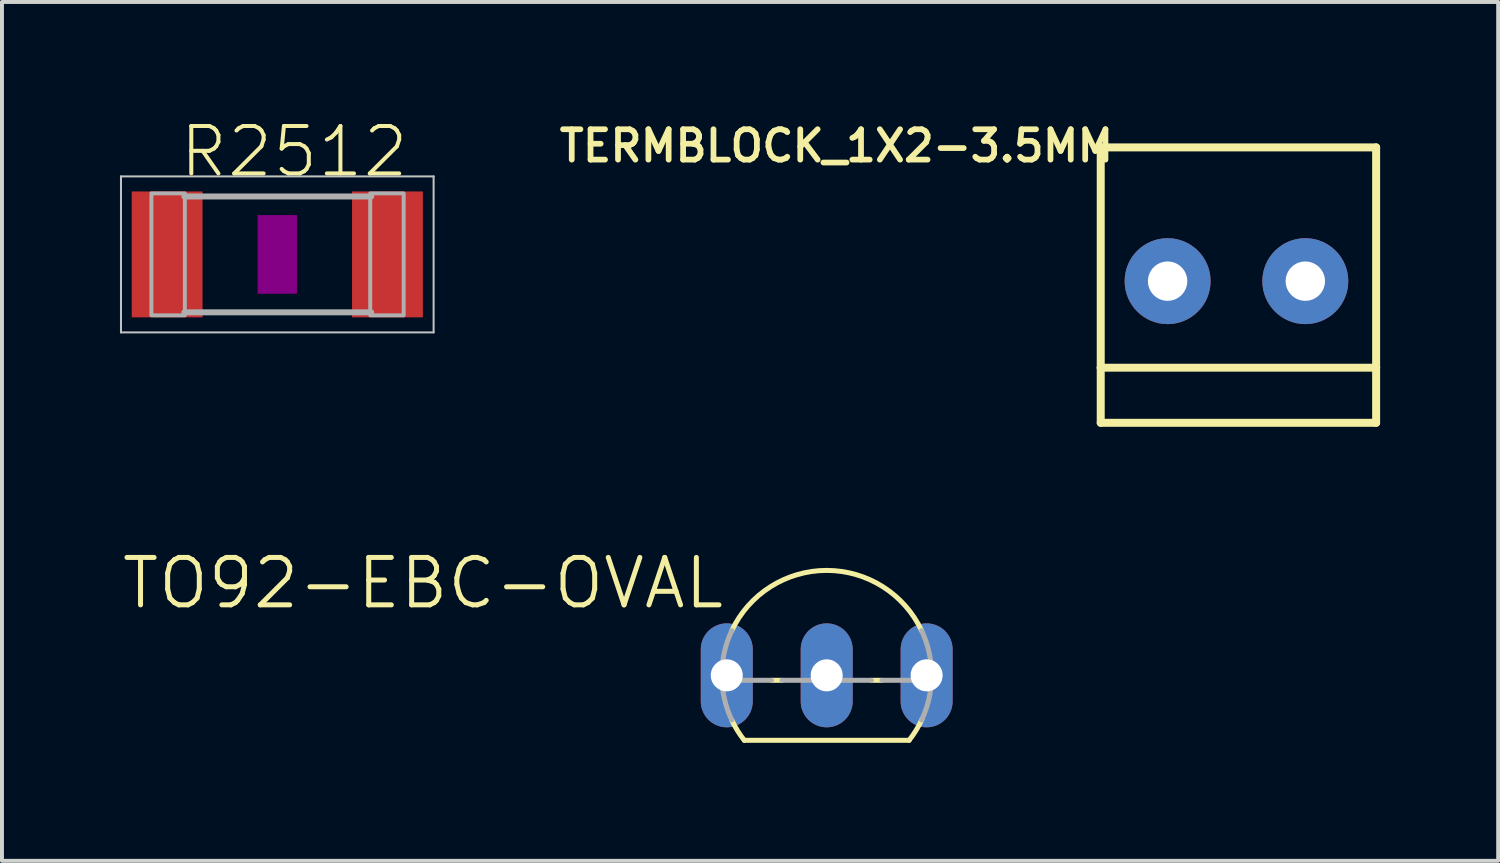
<source format=kicad_pcb>
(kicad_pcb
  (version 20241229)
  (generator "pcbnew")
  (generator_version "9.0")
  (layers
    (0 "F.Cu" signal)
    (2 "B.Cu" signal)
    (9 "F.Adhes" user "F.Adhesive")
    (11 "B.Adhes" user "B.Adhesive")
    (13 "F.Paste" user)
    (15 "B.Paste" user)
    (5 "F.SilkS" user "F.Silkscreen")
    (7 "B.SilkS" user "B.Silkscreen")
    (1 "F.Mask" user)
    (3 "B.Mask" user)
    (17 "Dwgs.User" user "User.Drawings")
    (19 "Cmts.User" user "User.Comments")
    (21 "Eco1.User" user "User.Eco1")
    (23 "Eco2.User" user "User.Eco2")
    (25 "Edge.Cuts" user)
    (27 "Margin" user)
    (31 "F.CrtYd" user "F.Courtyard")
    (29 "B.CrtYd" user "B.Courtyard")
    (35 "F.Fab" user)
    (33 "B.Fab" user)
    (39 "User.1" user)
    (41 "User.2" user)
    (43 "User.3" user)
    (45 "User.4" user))
  (footprint "TO92-EBC-OVAL"
    (layer "F.Cu")
    (at 17.962 12.845)
    (property "Reference" "TO92-EBC-OVAL" (at -2.54 -1.778 0) (layer "F.SilkS") (effects (font (size 1.206 1.206) (thickness 0.127)) (justify right top)))
    (attr through_hole)
    (fp_line (start -2.095 2.921) (end 2.095 2.921) (stroke (width 0.127) (type solid)) (layer "F.SilkS"))
    (fp_line (start -1.136 1.397) (end -1.404 1.397) (stroke (width 0.127) (type solid)) (layer "F.SilkS"))
    (fp_line (start 1.404 1.397) (end 1.136 1.397) (stroke (width 0.127) (type solid)) (layer "F.SilkS"))
    (fp_arc (start -2.413 0.1341) (mid 0 -1.39699) (end 2.413 0.1341) (stroke (width 0.127) (type solid)) (layer "F.SilkS"))
    (fp_arc (start -2.095 2.921) (mid -2.268918 2.67252) (end -2.4135 2.4059) (stroke (width 0.127) (type solid)) (layer "F.SilkS"))
    (fp_arc (start 2.4247 2.3818) (mid 2.275878 2.661201) (end 2.095 2.921) (stroke (width 0.127) (type solid)) (layer "F.SilkS"))
    (fp_line (start -1.404 1.397) (end -2.664 1.397) (stroke (width 0.127) (type solid)) (layer "F.Fab"))
    (fp_line (start 1.136 1.397) (end -1.136 1.397) (stroke (width 0.127) (type solid)) (layer "F.Fab"))
    (fp_line (start 2.664 1.397) (end 1.404 1.397) (stroke (width 0.127) (type solid)) (layer "F.Fab"))
    (fp_arc (start -2.413 2.4059) (mid -2.66699 1.27) (end -2.413 0.1341) (stroke (width 0.127) (type solid)) (layer "F.Fab"))
    (fp_arc (start 2.413 0.1341) (mid 2.66699 1.27) (end 2.413 2.4059) (stroke (width 0.127) (type solid)) (layer "F.Fab"))
    (pad "B" thru_hole oval (at 0 1.27 90) (size 2.642 1.321) (drill 0.813) (layers "*.Cu" "*.Mask"))
    (pad "C" thru_hole oval (at 2.54 1.27 90) (size 2.642 1.321) (drill 0.813) (layers "*.Cu" "*.Mask"))
    (pad "E" thru_hole oval (at -2.54 1.27 90) (size 2.642 1.321) (drill 0.813) (layers "*.Cu" "*.Mask")))
  (footprint "R2512"
    (layer "F.Cu")
    (at 3.998 3.416)
    (property "Reference" "R2512" (at -2.54 -1.905 0) (layer "F.SilkS") (effects (font (size 1.206 1.206) (thickness 0.102)) (justify left bottom)))
    (attr through_hole)
    (fp_poly (pts (xy -0.5 1) (xy 0.5 1) (xy 0.5 -1) (xy -0.5 -1)) (stroke (width 0) (type solid)) (fill yes) (layer "F.Adhes"))
    (fp_line (start -3.973 -1.983) (end 3.973 -1.983) (stroke (width 0.051) (type solid)) (layer "Dwgs.User"))
    (fp_line (start -3.973 1.983) (end -3.973 -1.983) (stroke (width 0.051) (type solid)) (layer "Dwgs.User"))
    (fp_line (start 3.973 -1.983) (end 3.973 1.983) (stroke (width 0.051) (type solid)) (layer "Dwgs.User"))
    (fp_line (start 3.973 1.983) (end -3.973 1.983) (stroke (width 0.051) (type solid)) (layer "Dwgs.User"))
    (fp_line (start -2.362 -1.473) (end 2.387 -1.473) (stroke (width 0.152) (type solid)) (layer "F.Fab"))
    (fp_line (start -2.362 1.473) (end 2.387 1.473) (stroke (width 0.152) (type solid)) (layer "F.Fab"))
    (fp_poly (pts (xy -3.2 1.549) (xy -2.35 1.549) (xy -2.35 -1.551) (xy -3.2 -1.551)) (stroke (width 0.1) (type solid)) (fill no) (layer "F.Fab"))
    (fp_poly (pts (xy 2.362 1.549) (xy 3.212 1.549) (xy 3.212 -1.551) (xy 2.362 -1.551)) (stroke (width 0.1) (type solid)) (fill no) (layer "F.Fab"))
    (pad "1" smd rect (at -2.8 0) (size 1.8 3.2) (layers "F.Cu" "F.Mask" "F.Paste"))
    (pad "2" smd rect (at 2.8 0) (size 1.8 3.2) (layers "F.Cu" "F.Mask" "F.Paste")))
  (footprint "TERMBLOCK_1X2-3.5MM"
    (layer "F.Cu")
    (at 28.327 4.096)
    (property "Reference" "TERMBLOCK_1X2-3.5MM" (at -3 -3.89 0) (layer "F.SilkS") (effects (font (size 0.772 0.772) (thickness 0.146)) (justify right top)))
    (attr through_hole)
    (fp_line (start -3.4 -3.4) (end -3.4 2.2) (stroke (width 0.203) (type solid)) (layer "F.SilkS"))
    (fp_line (start -3.4 2.2) (end -3.4 3.6) (stroke (width 0.203) (type solid)) (layer "F.SilkS"))
    (fp_line (start -3.4 2.2) (end 3.6 2.2) (stroke (width 0.203) (type solid)) (layer "F.SilkS"))
    (fp_line (start -3.4 3.6) (end 3.6 3.6) (stroke (width 0.203) (type solid)) (layer "F.SilkS"))
    (fp_line (start 3.6 -3.4) (end -3.4 -3.4) (stroke (width 0.203) (type solid)) (layer "F.SilkS"))
    (fp_line (start 3.6 2.2) (end 3.6 -3.4) (stroke (width 0.203) (type solid)) (layer "F.SilkS"))
    (fp_line (start 3.6 3.6) (end 3.6 2.2) (stroke (width 0.203) (type solid)) (layer "F.SilkS"))
    (pad "1" thru_hole circle (at 1.8 0) (size 2.184 2.184) (drill 1) (layers "*.Cu" "*.Mask"))
    (pad "2" thru_hole circle (at -1.7 0) (size 2.184 2.184) (drill 1) (layers "*.Cu" "*.Mask")))
  (gr_rect
    (start -3 -3)
    (end 35.029 18.83)
    (stroke (width 0.1) (type default))
    (fill no)
    (layer "Edge.Cuts")))
</source>
